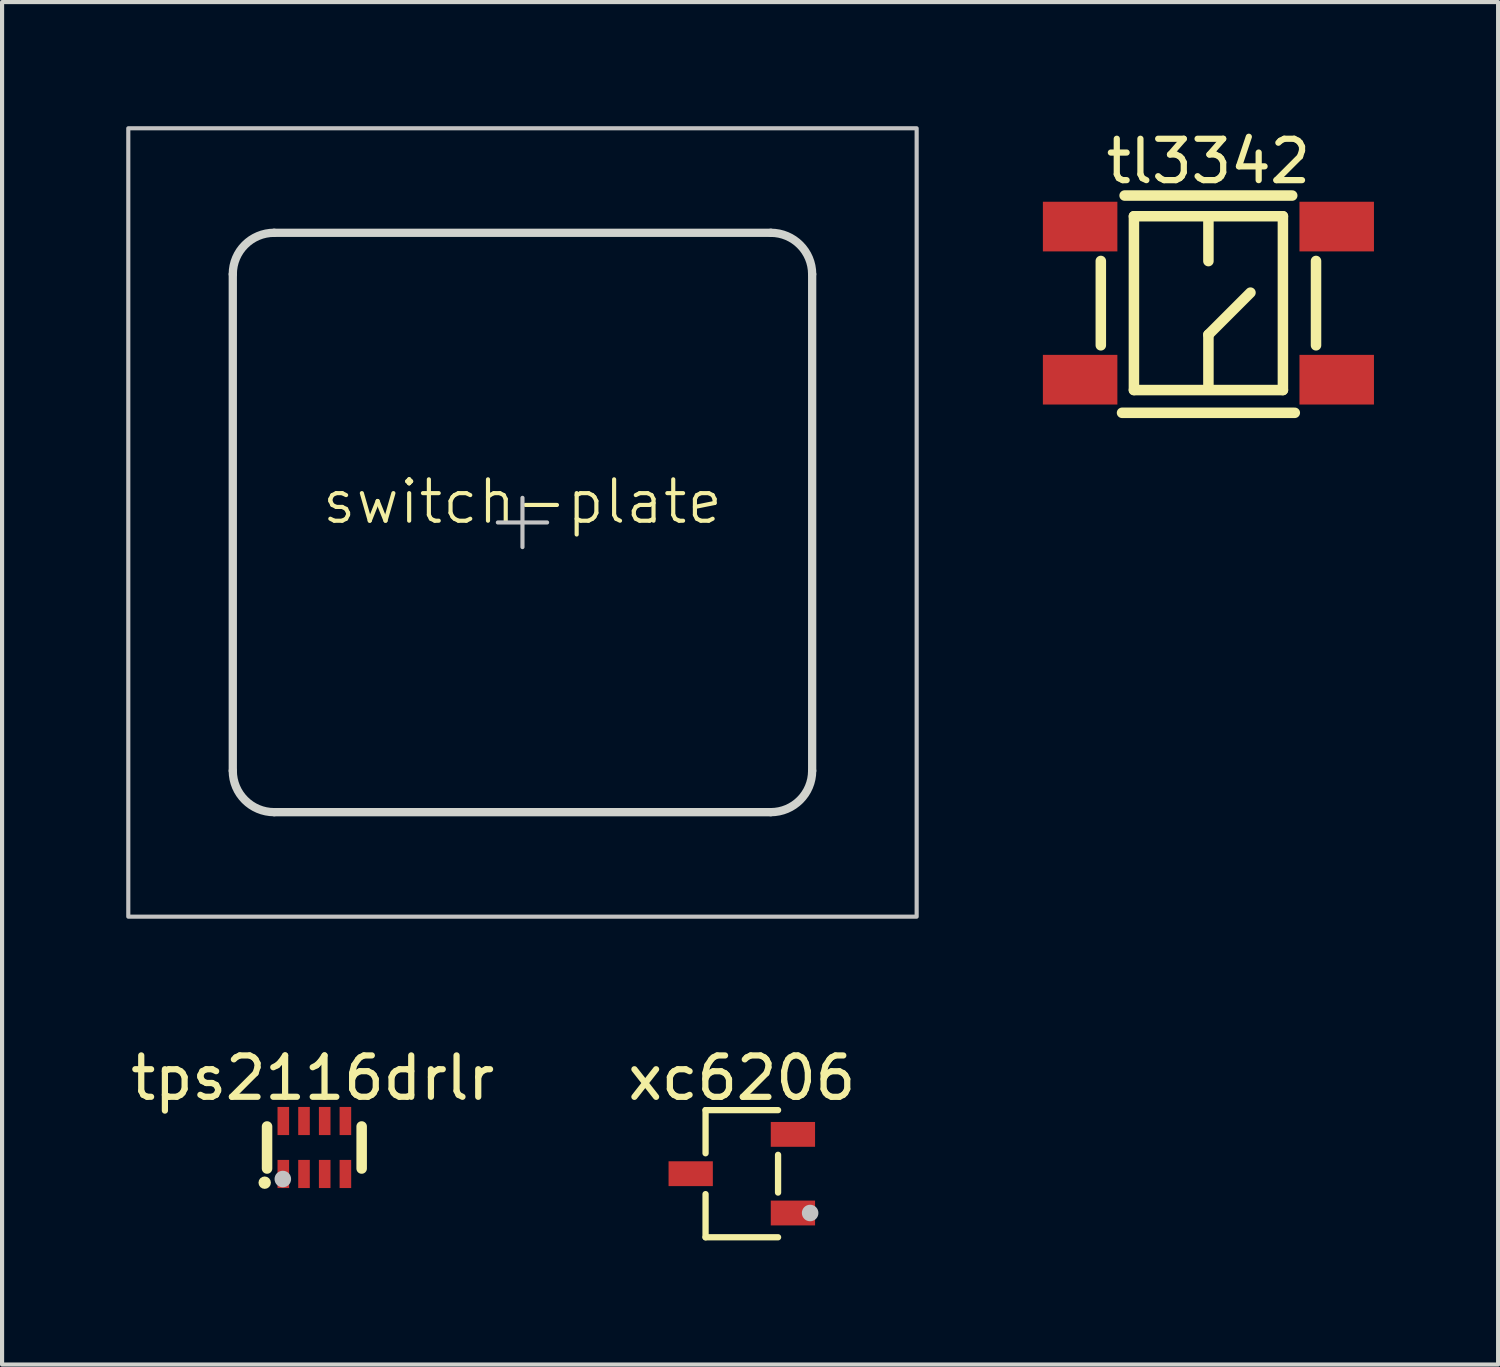
<source format=kicad_pcb>
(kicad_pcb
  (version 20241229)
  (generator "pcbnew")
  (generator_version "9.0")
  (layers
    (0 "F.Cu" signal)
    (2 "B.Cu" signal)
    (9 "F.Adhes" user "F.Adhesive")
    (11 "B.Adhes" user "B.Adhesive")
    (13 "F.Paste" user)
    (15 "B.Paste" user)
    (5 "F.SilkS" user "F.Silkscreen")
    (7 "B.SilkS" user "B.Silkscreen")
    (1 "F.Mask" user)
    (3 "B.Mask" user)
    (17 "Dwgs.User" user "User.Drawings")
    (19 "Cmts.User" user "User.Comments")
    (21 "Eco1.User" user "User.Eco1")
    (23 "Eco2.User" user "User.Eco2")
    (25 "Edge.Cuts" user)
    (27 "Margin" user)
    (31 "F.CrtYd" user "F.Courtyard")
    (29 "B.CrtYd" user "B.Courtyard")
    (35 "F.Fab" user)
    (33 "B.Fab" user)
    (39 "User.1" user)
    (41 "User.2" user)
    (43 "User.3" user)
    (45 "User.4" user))
  (footprint "switch-plate"
    (layer "F.Cu")
    (at 9.575 9.575)
    (property "Reference" "switch-plate" (at 0 -0.5 0) (unlocked yes) (layer "F.SilkS") (effects (font (size 1 1) (thickness 0.1))))
    (fp_line (start -0.595 0) (end 0.595 0) (stroke (width 0.1) (type default)) (layer "Dwgs.User"))
    (fp_line (start 0 0.595) (end 0 -0.595) (stroke (width 0.1) (type default)) (layer "Dwgs.User"))
    (fp_rect (start -9.525 -9.525) (end 9.525 9.525) (stroke (width 0.1) (type default)) (fill no) (layer "Dwgs.User"))
    (fp_line (start -7 6) (end -7 -6) (stroke (width 0.2) (type solid)) (layer "Edge.Cuts"))
    (fp_line (start -6 -7) (end 6 -7) (stroke (width 0.2) (type solid)) (layer "Edge.Cuts"))
    (fp_line (start -6 7) (end 6 7) (stroke (width 0.2) (type solid)) (layer "Edge.Cuts"))
    (fp_line (start 7 6) (end 7 -6) (stroke (width 0.2) (type solid)) (layer "Edge.Cuts"))
    (fp_arc (start -7 -6.000001) (mid -6.707119 -6.707124) (end -6 -7.000001) (stroke (width 0.2) (type solid)) (layer "Edge.Cuts"))
    (fp_arc (start -6 7) (mid -6.707137 6.707118) (end -7 6) (stroke (width 0.2) (type solid)) (layer "Edge.Cuts"))
    (fp_arc (start 6 -7.000001) (mid 6.707077 -6.707097) (end 7 -6.000001) (stroke (width 0.2) (type solid)) (layer "Edge.Cuts"))
    (fp_arc (start 7 6) (mid 6.707094 6.70709) (end 6 7) (stroke (width 0.2) (type solid)) (layer "Edge.Cuts")))
  (footprint "xc6206"
    (layer "F.Cu")
    (at 14.875 25.311)
    (property "Reference" "xc6206" (at 0 -2.312 0) (layer "F.SilkS") (effects (font (size 1 1) (thickness 0.15))))
    (fp_line (start -0.876 -1.536) (end -0.876 -0.494) (stroke (width 0.152) (type default)) (layer "F.SilkS"))
    (fp_line (start -0.876 1.536) (end -0.876 0.494) (stroke (width 0.152) (type default)) (layer "F.SilkS"))
    (fp_line (start 0.876 -1.536) (end -0.876 -1.536) (stroke (width 0.152) (type default)) (layer "F.SilkS"))
    (fp_line (start 0.876 -0.456) (end 0.876 0.456) (stroke (width 0.152) (type default)) (layer "F.SilkS"))
    (fp_line (start 0.876 1.536) (end -0.876 1.536) (stroke (width 0.152) (type default)) (layer "F.SilkS"))
    (fp_circle (center 1.651 0.95) (end 1.751 0.95) (stroke (width 0.2) (type default)) (fill no) (layer "Dwgs.User"))
    (fp_poly (pts (xy -0.96 0.2) (xy -0.96 -0.2) (xy -0.79 -0.2) (xy -0.79 0.2)) (stroke (width 0.1) (type default)) (fill no) (layer "User.1"))
    (fp_poly (pts (xy -0.95 0.2) (xy -0.95 -0.2) (xy -1.4 -0.2) (xy -1.4 0.2)) (stroke (width 0.1) (type default)) (fill no) (layer "User.1"))
    (fp_poly (pts (xy 0.79 -0.75) (xy 0.79 -1.15) (xy 0.96 -1.15) (xy 0.96 -0.75)) (stroke (width 0.1) (type default)) (fill no) (layer "User.1"))
    (fp_poly (pts (xy 0.79 1.15) (xy 0.79 0.75) (xy 0.96 0.75) (xy 0.96 1.15)) (stroke (width 0.1) (type default)) (fill no) (layer "User.1"))
    (fp_poly (pts (xy 0.95 -0.75) (xy 0.95 -1.15) (xy 1.4 -1.15) (xy 1.4 -0.75)) (stroke (width 0.1) (type default)) (fill no) (layer "User.1"))
    (fp_poly (pts (xy 0.95 1.15) (xy 0.95 0.75) (xy 1.4 0.75) (xy 1.4 1.15)) (stroke (width 0.1) (type default)) (fill no) (layer "User.1"))
    (fp_line (start -0.8 -1.46) (end 0.8 -1.46) (stroke (width 0.051) (type default)) (layer "User.2"))
    (fp_line (start -0.8 1.46) (end -0.8 -1.46) (stroke (width 0.051) (type default)) (layer "User.2"))
    (fp_line (start 0.8 -1.46) (end 0.8 1.46) (stroke (width 0.051) (type default)) (layer "User.2"))
    (fp_line (start 0.8 1.46) (end -0.8 1.46) (stroke (width 0.051) (type default)) (layer "User.2"))
    (fp_poly (pts (xy 1.455 1.437) (xy 1.423 1.405) (xy 1.377 1.405) (xy 1.345 1.437) (xy 1.345 1.483) (xy 1.377 1.515) (xy 1.423 1.515) (xy 1.455 1.483)) (stroke (width 0.1) (type default)) (fill no) (layer "User.3"))
    (pad "1" smd rect (at 1.235 0.95) (size 1.07 0.6) (layers "F.Cu" "F.Mask" "F.Paste"))
    (pad "2" smd rect (at 1.235 -0.95) (size 1.07 0.6) (layers "F.Cu" "F.Mask" "F.Paste"))
    (pad "3" smd rect (at -1.235 0) (size 1.07 0.6) (layers "F.Cu" "F.Mask" "F.Paste")))
  (footprint "tl3342"
    (layer "F.Cu")
    (at 26.15 4.275)
    (property "Reference" "tl3342" (at 0 -3.427 0) (layer "F.SilkS") (effects (font (size 1 1) (thickness 0.15))))
    (fp_line (start -2.6 -1.019) (end -2.6 1.019) (stroke (width 0.254) (type default)) (layer "F.SilkS"))
    (fp_line (start -2.087 2.65) (end 2.087 2.65) (stroke (width 0.254) (type default)) (layer "F.SilkS"))
    (fp_line (start -2.025 -2.6) (end 2.025 -2.6) (stroke (width 0.254) (type default)) (layer "F.SilkS"))
    (fp_line (start -1.8 -2.1) (end 1.8 -2.1) (stroke (width 0.254) (type default)) (layer "F.SilkS"))
    (fp_line (start -1.8 2.1) (end -1.8 -2.1) (stroke (width 0.254) (type default)) (layer "F.SilkS"))
    (fp_line (start 0 -2.032) (end 0 -1.016) (stroke (width 0.254) (type default)) (layer "F.SilkS"))
    (fp_line (start 0 0.762) (end 1.016 -0.254) (stroke (width 0.254) (type default)) (layer "F.SilkS"))
    (fp_line (start 0 2.032) (end 0 0.762) (stroke (width 0.254) (type default)) (layer "F.SilkS"))
    (fp_line (start 1.8 -2.1) (end 1.8 2.1) (stroke (width 0.254) (type default)) (layer "F.SilkS"))
    (fp_line (start 1.8 2.1) (end -1.8 2.1) (stroke (width 0.254) (type default)) (layer "F.SilkS"))
    (fp_line (start 2.6 1.019) (end 2.6 -1.019) (stroke (width 0.254) (type default)) (layer "F.SilkS"))
    (fp_poly (pts (xy -3.2 -1.6) (xy -3.2 -2.1) (xy -2.7 -2.1) (xy -2.7 -1.6)) (stroke (width 0.1) (type default)) (fill no) (layer "User.1"))
    (fp_poly (pts (xy -3.2 2.1) (xy -3.2 1.6) (xy -2.7 1.6) (xy -2.7 2.1)) (stroke (width 0.1) (type default)) (fill no) (layer "User.1"))
    (fp_poly (pts (xy 2.7 -1.6) (xy 2.7 -2.1) (xy 3.2 -2.1) (xy 3.2 -1.6)) (stroke (width 0.1) (type default)) (fill no) (layer "User.1"))
    (fp_poly (pts (xy 2.7 2.1) (xy 2.7 1.6) (xy 3.2 1.6) (xy 3.2 2.1)) (stroke (width 0.1) (type default)) (fill no) (layer "User.1"))
    (fp_poly (pts (xy -2.71 -1.6) (xy -2.71 -2.1) (xy -1.6 -2.1) (xy -2.1 -1.6) (xy -2.59 -1.6)) (stroke (width 0.1) (type default)) (fill no) (layer "User.1"))
    (fp_poly (pts (xy 2.59 -1.6) (xy 2.1 -1.6) (xy 1.6 -2.1) (xy 2.71 -2.1) (xy 2.71 -1.6)) (stroke (width 0.1) (type default)) (fill no) (layer "User.1"))
    (fp_poly (pts (xy -2.71 2.1) (xy -2.71 1.6) (xy -2.59 1.6) (xy -2.1 1.6) (xy -1.6 2.1) (xy -2.59 2.1)) (stroke (width 0.1) (type default)) (fill no) (layer "User.1"))
    (fp_poly (pts (xy 2.59 2.1) (xy 1.6 2.1) (xy 2.1 1.6) (xy 2.59 1.6) (xy 2.71 1.6) (xy 2.71 2.1)) (stroke (width 0.1) (type default)) (fill no) (layer "User.1"))
    (fp_line (start -2.6 -1.3) (end -2.5 -1.3) (stroke (width 0.051) (type default)) (layer "User.2"))
    (fp_line (start -2.6 1.3) (end -2.6 -1.3) (stroke (width 0.051) (type default)) (layer "User.2"))
    (fp_line (start -2.5 -1.3) (end -1.3 -2.5) (stroke (width 0.051) (type default)) (layer "User.2"))
    (fp_line (start -2.5 1.3) (end -2.6 1.3) (stroke (width 0.051) (type default)) (layer "User.2"))
    (fp_line (start -1.3 -2.6) (end 1.3 -2.6) (stroke (width 0.051) (type default)) (layer "User.2"))
    (fp_line (start -1.3 -2.5) (end -1.3 -2.6) (stroke (width 0.051) (type default)) (layer "User.2"))
    (fp_line (start -1.3 2.5) (end -2.5 1.3) (stroke (width 0.051) (type default)) (layer "User.2"))
    (fp_line (start -1.3 2.6) (end -1.3 2.5) (stroke (width 0.051) (type default)) (layer "User.2"))
    (fp_line (start 1.3 -2.6) (end 1.3 -2.5) (stroke (width 0.051) (type default)) (layer "User.2"))
    (fp_line (start 1.3 -2.5) (end 2.286 -1.524) (stroke (width 0.051) (type default)) (layer "User.2"))
    (fp_line (start 1.3 2.6) (end -1.3 2.6) (stroke (width 0.051) (type default)) (layer "User.2"))
    (fp_line (start 2.286 -1.524) (end 2.5 -1.3) (stroke (width 0.051) (type default)) (layer "User.2"))
    (fp_line (start 2.5 -1.3) (end 2.6 -1.3) (stroke (width 0.051) (type default)) (layer "User.2"))
    (fp_line (start 2.5 1.3) (end 1.3 2.6) (stroke (width 0.051) (type default)) (layer "User.2"))
    (fp_line (start 2.6 -1.3) (end 2.6 1.3) (stroke (width 0.051) (type default)) (layer "User.2"))
    (fp_line (start 2.6 1.3) (end 2.5 1.3) (stroke (width 0.051) (type default)) (layer "User.2"))
    (fp_poly (pts (xy -3.145 -2.623) (xy -3.177 -2.655) (xy -3.223 -2.655) (xy -3.255 -2.623) (xy -3.255 -2.577) (xy -3.223 -2.545) (xy -3.177 -2.545) (xy -3.145 -2.577)) (stroke (width 0.1) (type default)) (fill no) (layer "User.3"))
    (pad "1" smd rect (at -3.1 -1.85) (size 1.8 1.2) (layers "F.Cu" "F.Mask" "F.Paste"))
    (pad "2" smd rect (at 3.1 -1.85) (size 1.8 1.2) (layers "F.Cu" "F.Mask" "F.Paste"))
    (pad "3" smd rect (at -3.1 1.85) (size 1.8 1.2) (layers "F.Cu" "F.Mask" "F.Paste"))
    (pad "4" smd rect (at 3.1 1.85) (size 1.8 1.2) (layers "F.Cu" "F.Mask" "F.Paste")))
  (footprint "tps2116drlr"
    (layer "F.Cu")
    (at 4.546 24.678)
    (property "Reference" "tps2116drlr" (at -0.04 -1.68 0) (layer "F.SilkS") (effects (font (size 1 1) (thickness 0.15))))
    (fp_line (start -1.143 -0.508) (end -1.143 0.508) (stroke (width 0.254) (type default)) (layer "F.SilkS"))
    (fp_line (start 1.143 0.508) (end 1.143 -0.508) (stroke (width 0.254) (type default)) (layer "F.SilkS"))
    (fp_circle (center -1.2 0.85) (end -1.125 0.85) (stroke (width 0.15) (type default)) (fill no) (layer "F.SilkS"))
    (fp_circle (center -0.762 0.762) (end -0.662 0.762) (stroke (width 0.2) (type default)) (fill no) (layer "Dwgs.User"))
    (fp_poly (pts (xy -0.64 -0.8) (xy -0.64 -0.5) (xy -0.86 -0.5) (xy -0.86 -0.8)) (stroke (width 0.1) (type default)) (fill no) (layer "User.1"))
    (fp_poly (pts (xy -0.64 0.8) (xy -0.64 0.5) (xy -0.86 0.5) (xy -0.86 0.8)) (stroke (width 0.1) (type default)) (fill no) (layer "User.1"))
    (fp_poly (pts (xy -0.14 -0.8) (xy -0.14 -0.5) (xy -0.36 -0.5) (xy -0.36 -0.8)) (stroke (width 0.1) (type default)) (fill no) (layer "User.1"))
    (fp_poly (pts (xy -0.14 0.8) (xy -0.14 0.5) (xy -0.36 0.5) (xy -0.36 0.8)) (stroke (width 0.1) (type default)) (fill no) (layer "User.1"))
    (fp_poly (pts (xy 0.36 -0.8) (xy 0.36 -0.5) (xy 0.14 -0.5) (xy 0.14 -0.8)) (stroke (width 0.1) (type default)) (fill no) (layer "User.1"))
    (fp_poly (pts (xy 0.36 0.8) (xy 0.36 0.5) (xy 0.14 0.5) (xy 0.14 0.8)) (stroke (width 0.1) (type default)) (fill no) (layer "User.1"))
    (fp_poly (pts (xy 0.86 -0.8) (xy 0.86 -0.5) (xy 0.64 -0.5) (xy 0.64 -0.8)) (stroke (width 0.1) (type default)) (fill no) (layer "User.1"))
    (fp_poly (pts (xy 0.86 0.8) (xy 0.86 0.5) (xy 0.64 0.5) (xy 0.64 0.8)) (stroke (width 0.1) (type default)) (fill no) (layer "User.1"))
    (fp_line (start -1.05 -0.6) (end -1.05 0.6) (stroke (width 0.051) (type default)) (layer "User.2"))
    (fp_line (start -1.05 0.6) (end 1.05 0.6) (stroke (width 0.051) (type default)) (layer "User.2"))
    (fp_line (start 1.05 -0.6) (end -1.05 -0.6) (stroke (width 0.051) (type default)) (layer "User.2"))
    (fp_line (start 1.05 0.6) (end 1.05 -0.6) (stroke (width 0.051) (type default)) (layer "User.2"))
    (fp_poly (pts (xy -0.995 0.777) (xy -1.027 0.745) (xy -1.073 0.745) (xy -1.105 0.777) (xy -1.105 0.823) (xy -1.073 0.855) (xy -1.027 0.855) (xy -0.995 0.823)) (stroke (width 0.1) (type default)) (fill no) (layer "User.3"))
    (pad "1" smd rect (at -0.75 0.64) (size 0.28 0.68) (layers "F.Cu" "F.Mask" "F.Paste"))
    (pad "2" smd rect (at -0.25 0.64) (size 0.28 0.68) (layers "F.Cu" "F.Mask" "F.Paste"))
    (pad "3" smd rect (at 0.25 0.64) (size 0.28 0.68) (layers "F.Cu" "F.Mask" "F.Paste"))
    (pad "4" smd rect (at 0.75 0.64) (size 0.28 0.68) (layers "F.Cu" "F.Mask" "F.Paste"))
    (pad "5" smd rect (at 0.75 -0.64) (size 0.28 0.68) (layers "F.Cu" "F.Mask" "F.Paste"))
    (pad "6" smd rect (at 0.25 -0.64) (size 0.28 0.68) (layers "F.Cu" "F.Mask" "F.Paste"))
    (pad "7" smd rect (at -0.25 -0.64) (size 0.28 0.68) (layers "F.Cu" "F.Mask" "F.Paste"))
    (pad "8" smd rect (at -0.75 -0.64) (size 0.28 0.68) (layers "F.Cu" "F.Mask" "F.Paste")))
  (gr_rect
    (start -3 -3)
    (end 33.15 29.923)
    (stroke (width 0.1) (type default))
    (fill no)
    (layer "Edge.Cuts")))
</source>
